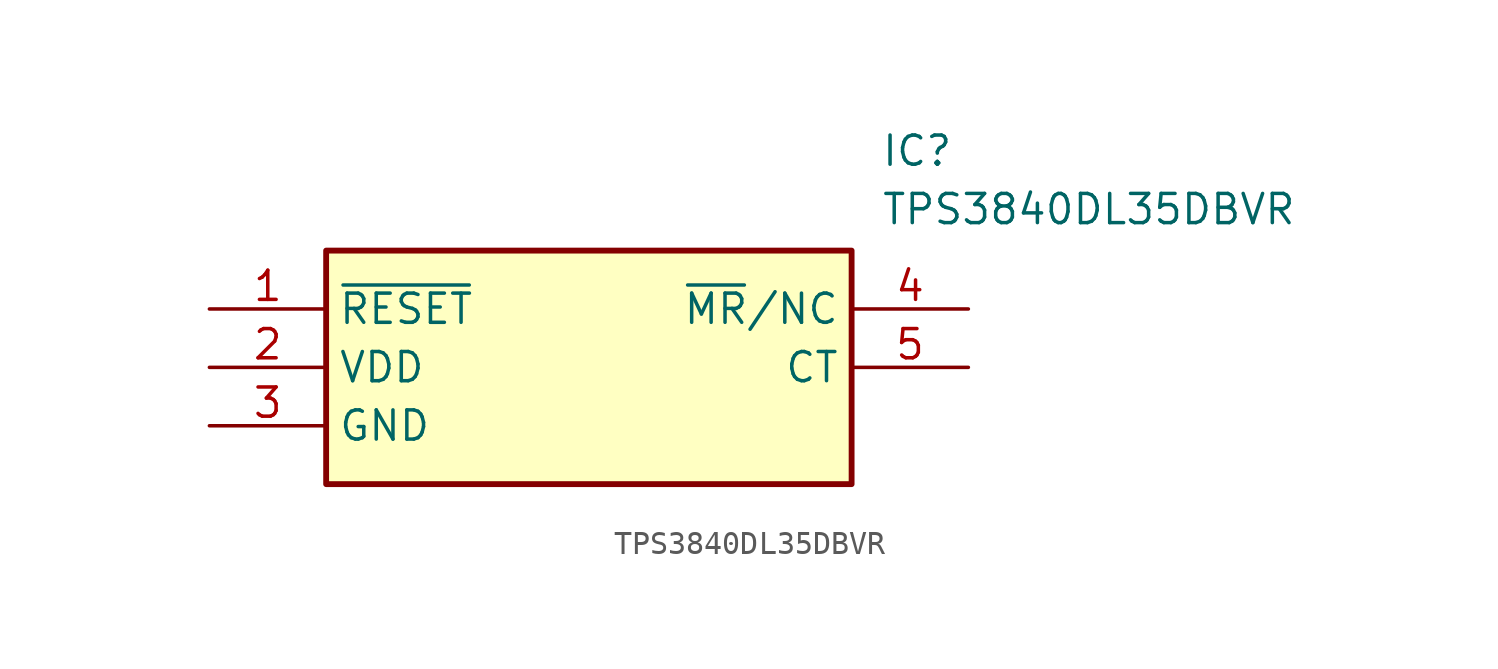
<source format=kicad_sym>
(kicad_symbol_lib
  (version 20211014)
  (generator SamacSys_ECAD_Model)
  (symbol "TPS3840DL35DBVR"
    (property "Reference" "IC"
      (at 29.21 7.62 0)
      (effects (font (size 1.27 1.27)) (justify left top)))
    (property "Value" "TPS3840DL35DBVR"
      (at 29.21 5.08 0)
      (effects (font (size 1.27 1.27)) (justify left top)))
    (rectangle
      (start 5.08 2.54)
      (end 27.94 -7.62)
      (stroke (width 0.254) (type default))
      (fill (type background)))
    (pin passive line
      (at 0 0 0)
      (length 5.08)
      (name "~{RESET}" (effects (font (size 1.27 1.27))))
      (number "1" (effects (font (size 1.27 1.27)))))
    (pin passive line
      (at 0 -2.54 0)
      (length 5.08)
      (name "VDD" (effects (font (size 1.27 1.27))))
      (number "2" (effects (font (size 1.27 1.27)))))
    (pin passive line
      (at 0 -5.08 0)
      (length 5.08)
      (name "GND" (effects (font (size 1.27 1.27))))
      (number "3" (effects (font (size 1.27 1.27)))))
    (pin passive line
      (at 33.02 0 180)
      (length 5.08)
      (name "~{MR}/NC" (effects (font (size 1.27 1.27))))
      (number "4" (effects (font (size 1.27 1.27)))))
    (pin passive line
      (at 33.02 -2.54 180)
      (length 5.08)
      (name "CT" (effects (font (size 1.27 1.27))))
      (number "5" (effects (font (size 1.27 1.27)))))))
</source>
